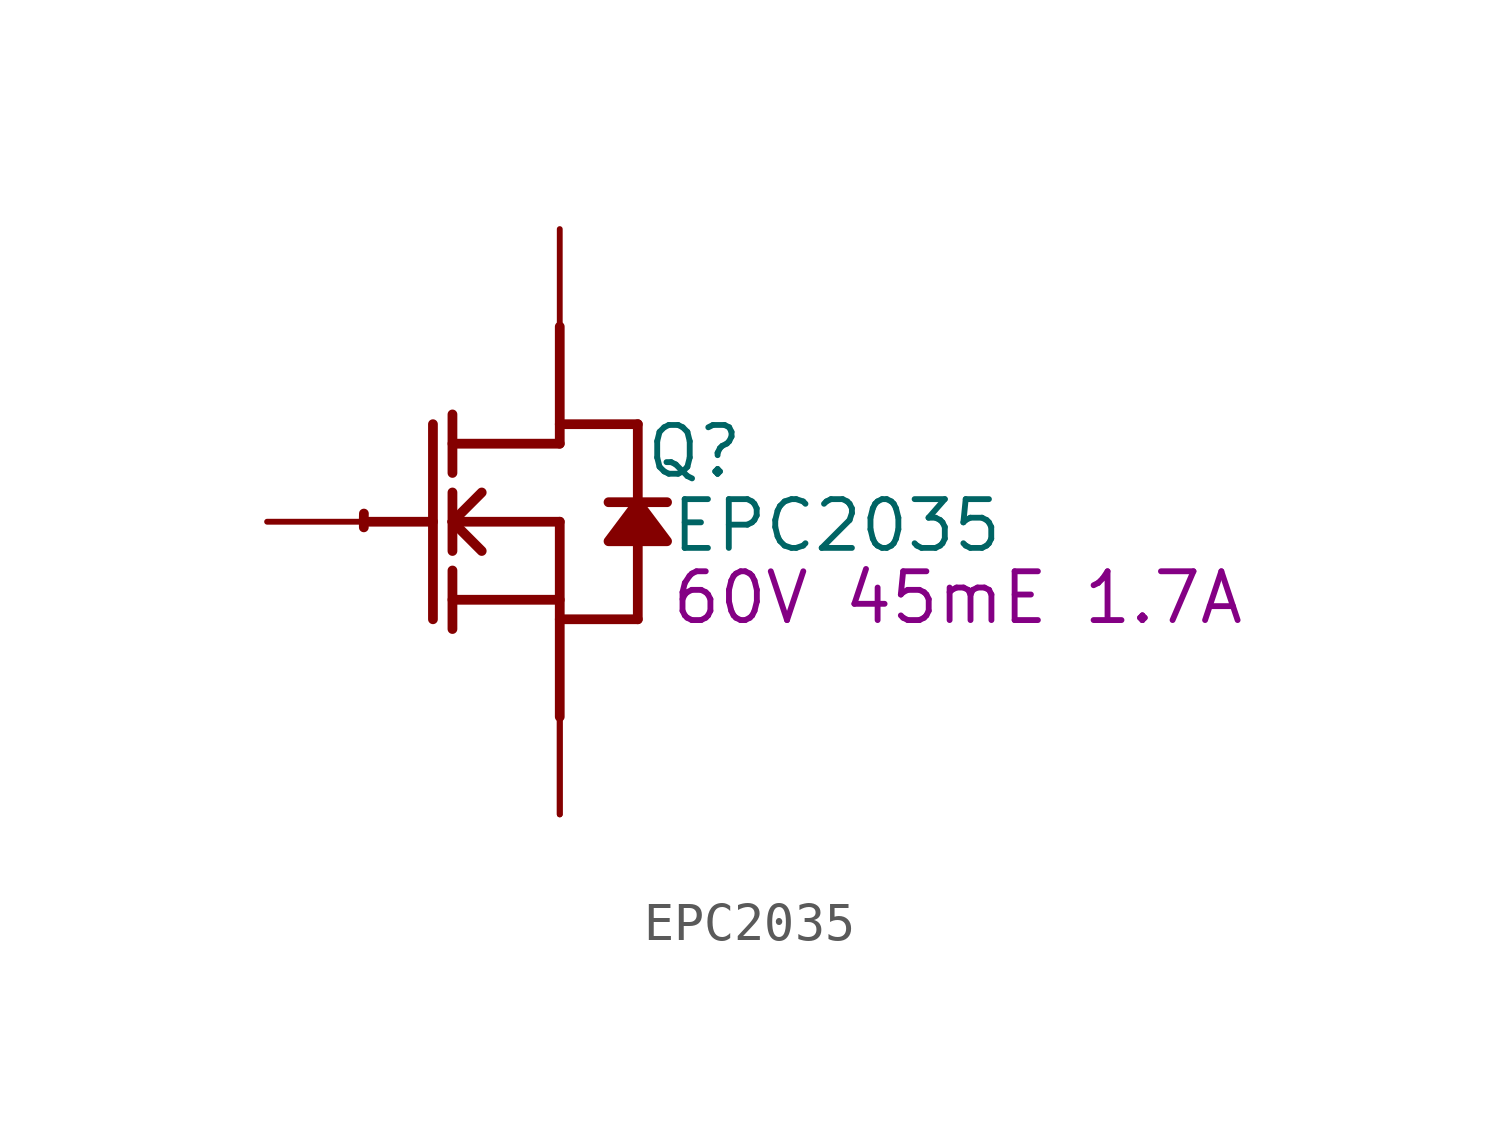
<source format=kicad_sym>
(kicad_symbol_lib
  (version 20231120)
  (generator "kicad_symbol_editor")
  (generator_version "8.0")
  (symbol "EPC2035"
    (property "Reference" "Q"
      (at 3.505 1.829 0)
      (effects (font (size 1.27 1.27))))
    (property "Value" "EPC2035"
      (at 7.214 -0.102 0)
      (effects (font (size 1.27 1.27))))
    (property "Description" "60V 45mE 1.7A"
      (at 10.363 -1.981 0)
      (effects (font (size 1.27 1.27))))
    (symbol "EPC2035_1_0"
      (arc (start -5.0996 0.2128) (mid -5.1039 0.0331) (end -5.1019 -0.1467) (stroke (width 0.254) (type solid)) (fill (type none)))
      (polyline (pts (xy -5.08 0) (xy -3.302 0)) (stroke (width 0.254) (type solid)) (fill (type none)))
      (polyline (pts (xy -3.302 2.54) (xy -3.302 -2.54)) (stroke (width 0.254) (type solid)) (fill (type none)))
      (polyline (pts (xy -2.794 -2.794) (xy -2.794 -1.27)) (stroke (width 0.254) (type solid)) (fill (type none)))
      (polyline (pts (xy -2.794 -2.032) (xy 0 -2.032)) (stroke (width 0.254) (type solid)) (fill (type none)))
      (polyline (pts (xy -2.794 -0.762) (xy -2.794 0.762)) (stroke (width 0.254) (type solid)) (fill (type none)))
      (polyline (pts (xy -2.794 0) (xy -2.032 0.762)) (stroke (width 0.254) (type solid)) (fill (type none)))
      (polyline (pts (xy -2.794 0) (xy 0 0)) (stroke (width 0.254) (type solid)) (fill (type none)))
      (polyline (pts (xy -2.794 1.27) (xy -2.794 2.794)) (stroke (width 0.254) (type solid)) (fill (type none)))
      (polyline (pts (xy -2.032 -0.762) (xy -2.794 0)) (stroke (width 0.254) (type solid)) (fill (type none)))
      (polyline (pts (xy 0 -2.54) (xy 2.032 -2.54)) (stroke (width 0.254) (type solid)) (fill (type none)))
      (polyline (pts (xy 0 0) (xy 0 -5.08)) (stroke (width 0.254) (type solid)) (fill (type none)))
      (polyline (pts (xy 0 2.032) (xy -2.794 2.032)) (stroke (width 0.254) (type solid)) (fill (type none)))
      (polyline (pts (xy 0 2.032) (xy 0 5.08)) (stroke (width 0.254) (type solid)) (fill (type none)))
      (polyline (pts (xy 0 2.54) (xy 2.032 2.54)) (stroke (width 0.254) (type solid)) (fill (type none)))
      (polyline (pts (xy 2.032 -0.508) (xy 2.032 -2.54)) (stroke (width 0.254) (type solid)) (fill (type none)))
      (polyline (pts (xy 2.032 2.54) (xy 2.032 0.508)) (stroke (width 0.254) (type solid)) (fill (type none)))
      (polyline (pts (xy 2.794 0.508) (xy 1.27 0.508)) (stroke (width 0.254) (type solid)) (fill (type none)))
      (polyline (pts (xy 2.032 0.508) (xy 1.27 -0.508) (xy 2.794 -0.508) (xy 2.032 0.508)) (stroke (width 0.254) (type solid)) (fill (type outline)))
      (pin passive line (at -7.62 0 0) (length 2.54) (name "G" (effects (font (size 0 0)))) (number "1" (effects (font (size 0 0)))))
      (pin open_emitter line (at 0 -7.62 90) (length 2.54) (name "S1" (effects (font (size 0 0)))) (number "2" (effects (font (size 0 0)))))
      (pin open_collector line (at 0 7.62 270) (length 2.54) (name "D1" (effects (font (size 0 0)))) (number "3" (effects (font (size 0 0)))))
      (pin open_emitter line (at 0 -7.62 90) (length 2.54) (name "S2" (effects (font (size 0 0)))) (number "4" (effects (font (size 0 0))))))))
</source>
